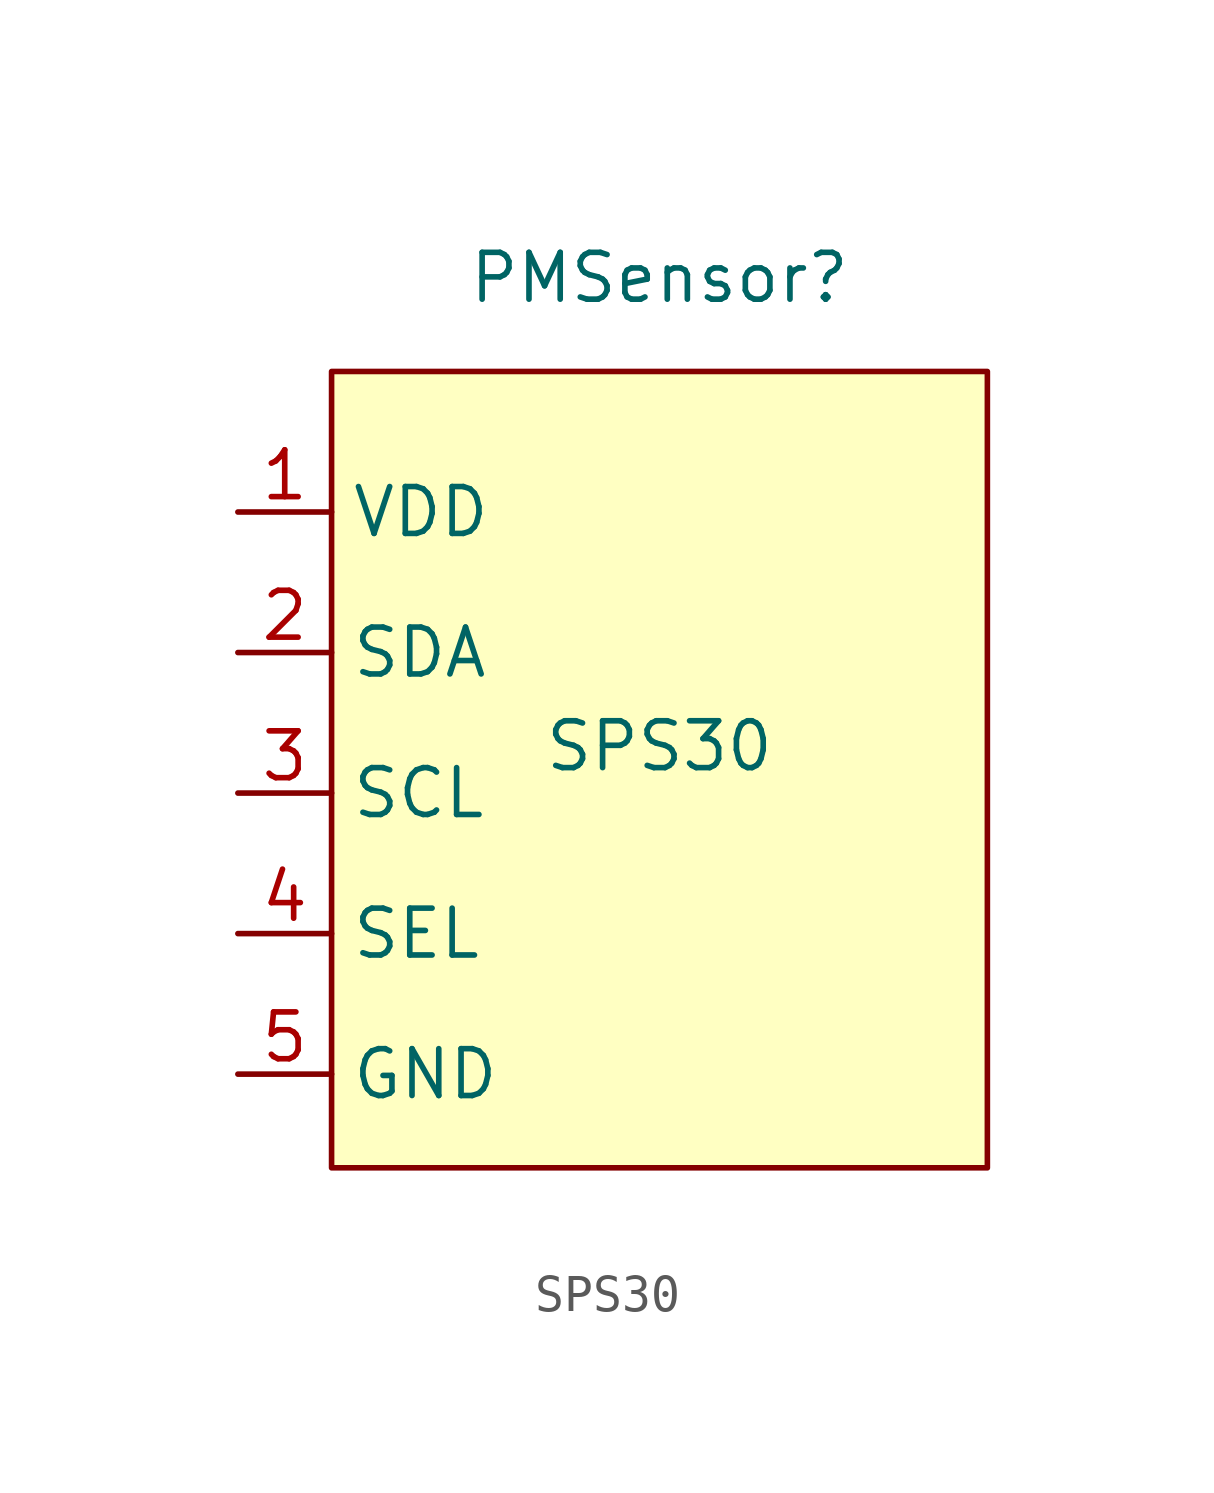
<source format=kicad_sym>
(kicad_symbol_lib
  (version 20211014)
  (generator kicad_symbol_editor)
  (symbol "SPS30"
    (property "Reference" "PMSensor"
      (at 0 13.97 0)
      (effects (font (size 1.27 1.27))))
    (property "Value" "SPS30"
      (at 0 1.27 0)
      (effects (font (size 1.27 1.27))))
    (symbol "SPS30_0_1"
      (rectangle (start 8.89 -10.16) (end -8.89 11.43) (stroke (width 0.152) (type default) (color 0 0 0 0)) (fill (type background))))
    (symbol "SPS30_1_1"
      (pin input line (at -11.43 7.62 0) (length 2.54) (name "VDD" (effects (font (size 1.27 1.27)))) (number "1" (effects (font (size 1.27 1.27)))))
      (pin input line (at -11.43 3.81 0) (length 2.54) (name "SDA" (effects (font (size 1.27 1.27)))) (number "2" (effects (font (size 1.27 1.27)))))
      (pin input line (at -11.43 0 0) (length 2.54) (name "SCL" (effects (font (size 1.27 1.27)))) (number "3" (effects (font (size 1.27 1.27)))))
      (pin input line (at -11.43 -3.81 0) (length 2.54) (name "SEL" (effects (font (size 1.27 1.27)))) (number "4" (effects (font (size 1.27 1.27)))))
      (pin input line (at -11.43 -7.62 0) (length 2.54) (name "GND" (effects (font (size 1.27 1.27)))) (number "5" (effects (font (size 1.27 1.27))))))))
</source>
